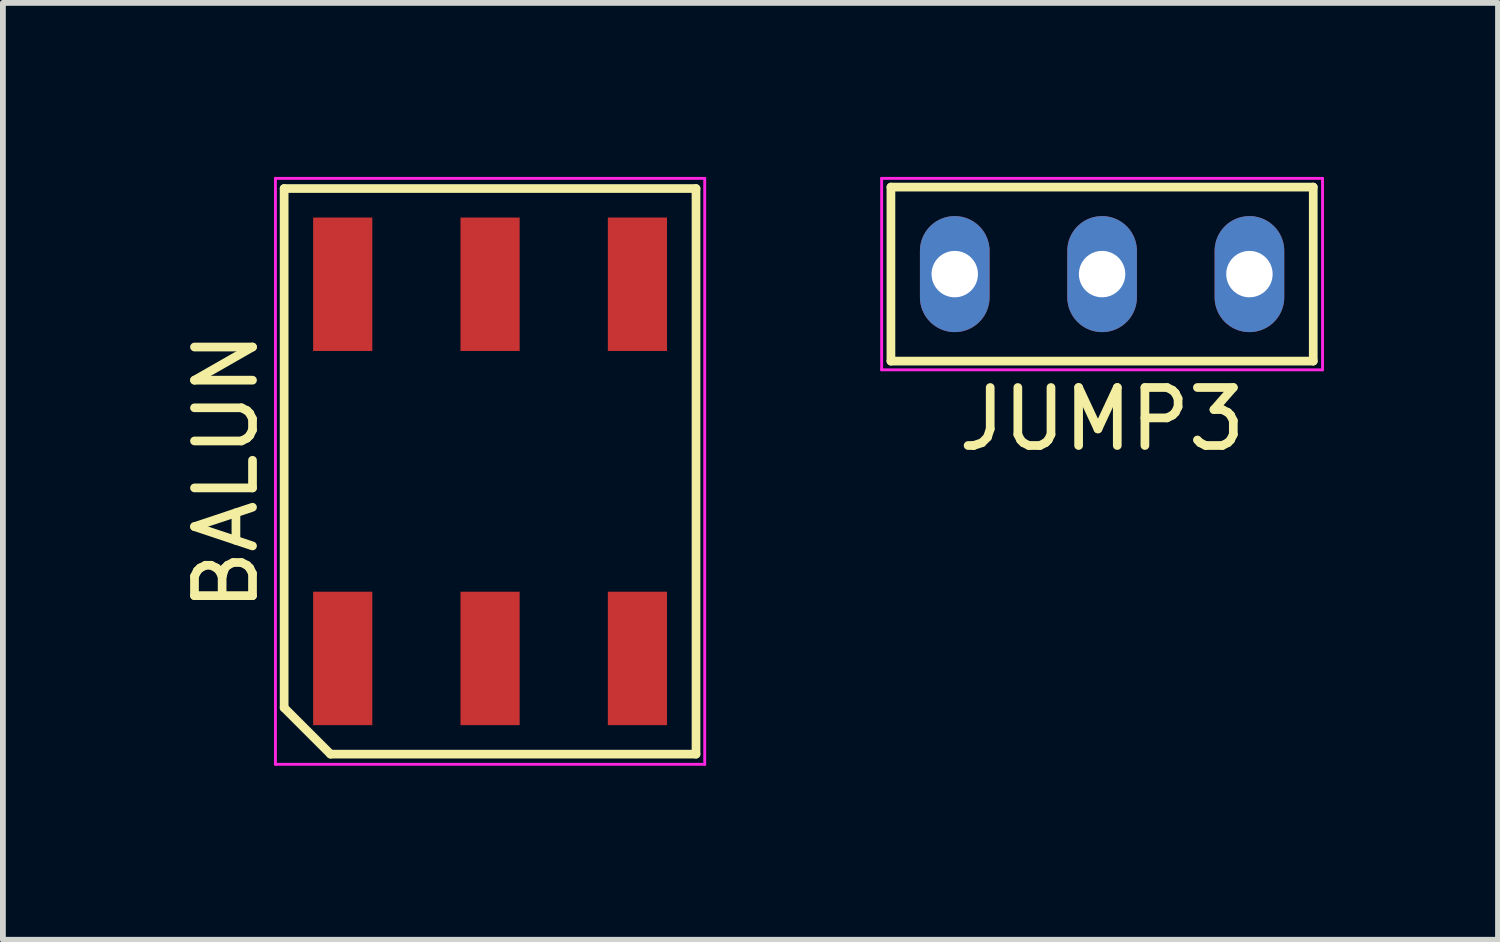
<source format=kicad_pcb>
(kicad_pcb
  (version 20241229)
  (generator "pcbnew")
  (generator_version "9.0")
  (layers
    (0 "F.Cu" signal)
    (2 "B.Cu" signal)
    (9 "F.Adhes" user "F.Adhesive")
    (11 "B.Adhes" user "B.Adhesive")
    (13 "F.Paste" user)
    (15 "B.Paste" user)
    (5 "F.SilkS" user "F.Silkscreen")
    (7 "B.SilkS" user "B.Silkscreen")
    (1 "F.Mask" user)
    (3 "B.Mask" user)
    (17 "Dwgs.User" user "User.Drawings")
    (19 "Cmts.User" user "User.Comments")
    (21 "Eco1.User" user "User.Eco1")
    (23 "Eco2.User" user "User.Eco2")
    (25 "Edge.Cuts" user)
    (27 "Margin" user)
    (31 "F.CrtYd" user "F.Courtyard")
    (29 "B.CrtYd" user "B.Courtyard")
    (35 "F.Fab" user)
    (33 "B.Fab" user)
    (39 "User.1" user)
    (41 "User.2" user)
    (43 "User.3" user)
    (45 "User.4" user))
  (footprint "BALUN"
    (layer "F.Cu")
    (at 5.398 5.075)
    (property "Reference" "BALUN" (at -4.55 0 90) (layer "F.SilkS") (effects (font (size 1 1) (thickness 0.15))))
    (attr smd)
    (fp_line (start -3.55 -4.875) (end 3.55 -4.875) (stroke (width 0.15) (type solid)) (layer "F.SilkS"))
    (fp_line (start -3.55 4.075) (end -3.55 -4.875) (stroke (width 0.15) (type solid)) (layer "F.SilkS"))
    (fp_line (start -2.75 4.875) (end -3.55 4.075) (stroke (width 0.15) (type solid)) (layer "F.SilkS"))
    (fp_line (start 3.55 -4.875) (end 3.55 4.875) (stroke (width 0.15) (type solid)) (layer "F.SilkS"))
    (fp_line (start 3.55 4.875) (end -2.75 4.875) (stroke (width 0.15) (type solid)) (layer "F.SilkS"))
    (fp_line (start -3.7 -5.05) (end 3.7 -5.05) (stroke (width 0.05) (type solid)) (layer "F.CrtYd"))
    (fp_line (start -3.7 5.05) (end -3.7 -5.05) (stroke (width 0.05) (type solid)) (layer "F.CrtYd"))
    (fp_line (start 3.7 -5.05) (end 3.7 5.05) (stroke (width 0.05) (type solid)) (layer "F.CrtYd"))
    (fp_line (start 3.7 5.05) (end -3.7 5.05) (stroke (width 0.05) (type solid)) (layer "F.CrtYd"))
    (pad "1" smd rect (at -2.54 3.225) (size 1.02 2.3) (layers "F.Cu" "F.Mask" "F.Paste"))
    (pad "2" smd rect (at 0 3.225) (size 1.02 2.3) (layers "F.Cu" "F.Mask" "F.Paste"))
    (pad "3" smd rect (at 2.54 3.225) (size 1.02 2.3) (layers "F.Cu" "F.Mask" "F.Paste"))
    (pad "4" smd rect (at 2.54 -3.225) (size 1.02 2.3) (layers "F.Cu" "F.Mask" "F.Paste"))
    (pad "5" smd rect (at 0 -3.225) (size 1.02 2.3) (layers "F.Cu" "F.Mask" "F.Paste"))
    (pad "6" smd rect (at -2.54 -3.225) (size 1.02 2.3) (layers "F.Cu" "F.Mask" "F.Paste")))
  (footprint "JUMP3"
    (layer "F.Cu")
    (at 15.948 1.675)
    (property "Reference" "JUMP3" (at 0 2.5 0) (layer "F.SilkS") (effects (font (size 1 1) (thickness 0.15))))
    (attr through_hole)
    (fp_line (start -3.64 -1.5) (end 3.64 -1.5) (stroke (width 0.15) (type solid)) (layer "F.SilkS"))
    (fp_line (start -3.64 1.5) (end -3.64 -1.5) (stroke (width 0.15) (type solid)) (layer "F.SilkS"))
    (fp_line (start 3.64 -1.5) (end 3.64 1.5) (stroke (width 0.15) (type solid)) (layer "F.SilkS"))
    (fp_line (start 3.64 1.5) (end -3.64 1.5) (stroke (width 0.15) (type solid)) (layer "F.SilkS"))
    (fp_line (start -3.8 -1.65) (end 3.8 -1.65) (stroke (width 0.05) (type solid)) (layer "F.CrtYd"))
    (fp_line (start -3.8 1.65) (end -3.8 -1.65) (stroke (width 0.05) (type solid)) (layer "F.CrtYd"))
    (fp_line (start 3.8 -1.65) (end 3.8 1.65) (stroke (width 0.05) (type solid)) (layer "F.CrtYd"))
    (fp_line (start 3.8 1.65) (end -3.8 1.65) (stroke (width 0.05) (type solid)) (layer "F.CrtYd"))
    (pad "1" thru_hole oval (at -2.54 0) (size 1.2 2) (drill 0.8) (layers "*.Cu" "*.Mask"))
    (pad "2" thru_hole oval (at 0 0) (size 1.2 2) (drill 0.8) (layers "*.Cu" "*.Mask"))
    (pad "3" thru_hole oval (at 2.54 0) (size 1.2 2) (drill 0.8) (layers "*.Cu" "*.Mask")))
  (gr_rect
    (start -3 -3)
    (end 22.773 13.15)
    (stroke (width 0.1) (type default))
    (fill no)
    (layer "Edge.Cuts")))
</source>
